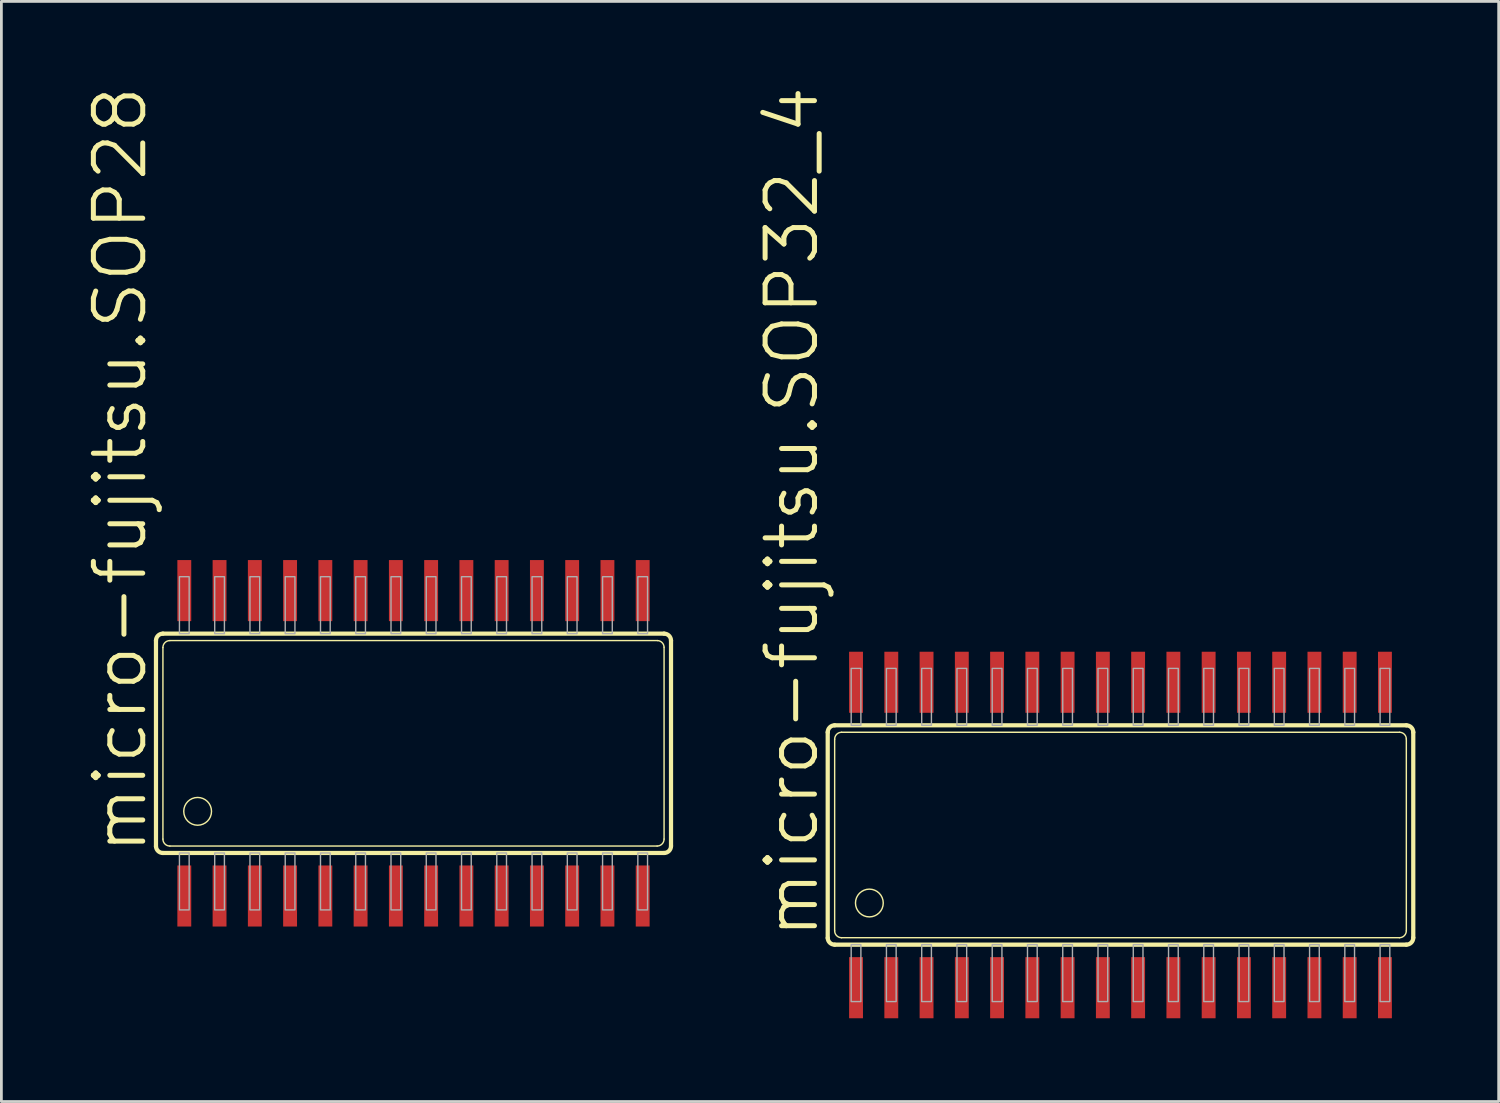
<source format=kicad_pcb>
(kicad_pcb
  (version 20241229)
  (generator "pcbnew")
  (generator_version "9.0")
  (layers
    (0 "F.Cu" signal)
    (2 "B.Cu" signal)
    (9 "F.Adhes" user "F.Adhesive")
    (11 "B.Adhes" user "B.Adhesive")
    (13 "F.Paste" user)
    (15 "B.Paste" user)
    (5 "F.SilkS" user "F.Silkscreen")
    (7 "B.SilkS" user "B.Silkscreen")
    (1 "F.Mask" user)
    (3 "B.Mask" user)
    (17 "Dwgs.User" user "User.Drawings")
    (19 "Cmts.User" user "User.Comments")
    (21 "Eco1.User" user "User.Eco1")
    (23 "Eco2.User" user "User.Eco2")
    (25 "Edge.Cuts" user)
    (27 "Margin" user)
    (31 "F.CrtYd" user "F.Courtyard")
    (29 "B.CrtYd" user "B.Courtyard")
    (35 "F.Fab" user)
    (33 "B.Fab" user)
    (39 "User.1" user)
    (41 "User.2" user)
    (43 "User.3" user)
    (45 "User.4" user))
  (footprint "micro-fujitsu.SOP32_4"
    (layer "F.Cu")
    (at 37.307 27.024)
    (property "Reference" "micro-fujitsu.SOP32_4" (at -10.795 3.81 90) (layer "F.SilkS") (effects (font (size 1.778 1.778) (thickness 0.18)) (justify left bottom)))
    (attr smd)
    (fp_line (start -10.545 3.71) (end -10.545 -3.7) (stroke (width 0.152) (type default)) (layer "F.SilkS"))
    (fp_line (start -10.296 -3.95) (end 10.295 -3.95) (stroke (width 0.152) (type default)) (layer "F.SilkS"))
    (fp_line (start -10.295 3.45) (end -10.295 -3.45) (stroke (width 0.051) (type default)) (layer "F.SilkS"))
    (fp_line (start -10.045 -3.7) (end 10.055 -3.7) (stroke (width 0.051) (type default)) (layer "F.SilkS"))
    (fp_line (start 10.045 3.7) (end -10.045 3.7) (stroke (width 0.051) (type default)) (layer "F.SilkS"))
    (fp_line (start 10.295 -3.46) (end 10.295 3.45) (stroke (width 0.051) (type default)) (layer "F.SilkS"))
    (fp_line (start 10.295 3.95) (end -10.295 3.95) (stroke (width 0.152) (type default)) (layer "F.SilkS"))
    (fp_line (start 10.545 -3.7) (end 10.545 3.7) (stroke (width 0.152) (type default)) (layer "F.SilkS"))
    (fp_arc (start -10.545 -3.7) (mid -10.471777 -3.876777) (end -10.295 -3.95) (stroke (width 0.1524) (type default)) (layer "F.SilkS"))
    (fp_arc (start -10.295 -3.45) (mid -10.221777 -3.626777) (end -10.045 -3.7) (stroke (width 0.0508) (type default)) (layer "F.SilkS"))
    (fp_arc (start -10.295 3.95) (mid -10.468333 3.880347) (end -10.545 3.71) (stroke (width 0.1524) (type default)) (layer "F.SilkS"))
    (fp_arc (start -10.045 3.7) (mid -10.221777 3.626777) (end -10.295 3.45) (stroke (width 0.0508) (type default)) (layer "F.SilkS"))
    (fp_arc (start 10.055 -3.7) (mid 10.223277 -3.628277) (end 10.295 -3.46) (stroke (width 0.0508) (type default)) (layer "F.SilkS"))
    (fp_arc (start 10.295 -3.95) (mid 10.471777 -3.876777) (end 10.545 -3.7) (stroke (width 0.1524) (type default)) (layer "F.SilkS"))
    (fp_arc (start 10.295 3.45) (mid 10.221777 3.626777) (end 10.045 3.7) (stroke (width 0.0508) (type default)) (layer "F.SilkS"))
    (fp_arc (start 10.545 3.7) (mid 10.471777 3.876777) (end 10.295 3.95) (stroke (width 0.1524) (type default)) (layer "F.SilkS"))
    (fp_circle (center -9.045 2.45) (end -8.545 2.45) (stroke (width 0.051) (type default)) (fill no) (layer "F.SilkS"))
    (fp_rect (start -9.7 -3.95) (end -9.35 -6) (stroke (width 0.05) (type default)) (fill no) (layer "F.Fab"))
    (fp_rect (start -9.7 6) (end -9.35 3.95) (stroke (width 0.05) (type default)) (fill no) (layer "F.Fab"))
    (fp_rect (start -8.43 -3.95) (end -8.08 -6) (stroke (width 0.05) (type default)) (fill no) (layer "F.Fab"))
    (fp_rect (start -8.43 6) (end -8.08 3.95) (stroke (width 0.05) (type default)) (fill no) (layer "F.Fab"))
    (fp_rect (start -7.16 -3.95) (end -6.81 -6) (stroke (width 0.05) (type default)) (fill no) (layer "F.Fab"))
    (fp_rect (start -7.16 6) (end -6.81 3.95) (stroke (width 0.05) (type default)) (fill no) (layer "F.Fab"))
    (fp_rect (start -5.89 -3.95) (end -5.54 -6) (stroke (width 0.05) (type default)) (fill no) (layer "F.Fab"))
    (fp_rect (start -5.89 6) (end -5.54 3.95) (stroke (width 0.05) (type default)) (fill no) (layer "F.Fab"))
    (fp_rect (start -4.62 -3.95) (end -4.27 -6) (stroke (width 0.05) (type default)) (fill no) (layer "F.Fab"))
    (fp_rect (start -4.62 6) (end -4.27 3.95) (stroke (width 0.05) (type default)) (fill no) (layer "F.Fab"))
    (fp_rect (start -3.35 -3.95) (end -3 -6) (stroke (width 0.05) (type default)) (fill no) (layer "F.Fab"))
    (fp_rect (start -3.35 6) (end -3 3.95) (stroke (width 0.05) (type default)) (fill no) (layer "F.Fab"))
    (fp_rect (start -2.08 -3.95) (end -1.73 -6) (stroke (width 0.05) (type default)) (fill no) (layer "F.Fab"))
    (fp_rect (start -2.08 6) (end -1.73 3.95) (stroke (width 0.05) (type default)) (fill no) (layer "F.Fab"))
    (fp_rect (start -0.81 -3.95) (end -0.46 -6) (stroke (width 0.05) (type default)) (fill no) (layer "F.Fab"))
    (fp_rect (start -0.81 6) (end -0.46 3.95) (stroke (width 0.05) (type default)) (fill no) (layer "F.Fab"))
    (fp_rect (start 0.46 -3.95) (end 0.81 -6) (stroke (width 0.05) (type default)) (fill no) (layer "F.Fab"))
    (fp_rect (start 0.46 6) (end 0.81 3.95) (stroke (width 0.05) (type default)) (fill no) (layer "F.Fab"))
    (fp_rect (start 1.73 -3.95) (end 2.08 -6) (stroke (width 0.05) (type default)) (fill no) (layer "F.Fab"))
    (fp_rect (start 1.73 6) (end 2.08 3.95) (stroke (width 0.05) (type default)) (fill no) (layer "F.Fab"))
    (fp_rect (start 3 -3.95) (end 3.35 -6) (stroke (width 0.05) (type default)) (fill no) (layer "F.Fab"))
    (fp_rect (start 3 6) (end 3.35 3.95) (stroke (width 0.05) (type default)) (fill no) (layer "F.Fab"))
    (fp_rect (start 4.27 -3.95) (end 4.62 -6) (stroke (width 0.05) (type default)) (fill no) (layer "F.Fab"))
    (fp_rect (start 4.27 6) (end 4.62 3.95) (stroke (width 0.05) (type default)) (fill no) (layer "F.Fab"))
    (fp_rect (start 5.54 -3.95) (end 5.89 -6) (stroke (width 0.05) (type default)) (fill no) (layer "F.Fab"))
    (fp_rect (start 5.54 6) (end 5.89 3.95) (stroke (width 0.05) (type default)) (fill no) (layer "F.Fab"))
    (fp_rect (start 6.81 -3.95) (end 7.16 -6) (stroke (width 0.05) (type default)) (fill no) (layer "F.Fab"))
    (fp_rect (start 6.81 6) (end 7.16 3.95) (stroke (width 0.05) (type default)) (fill no) (layer "F.Fab"))
    (fp_rect (start 8.08 -3.95) (end 8.43 -6) (stroke (width 0.05) (type default)) (fill no) (layer "F.Fab"))
    (fp_rect (start 8.08 6) (end 8.43 3.95) (stroke (width 0.05) (type default)) (fill no) (layer "F.Fab"))
    (fp_rect (start 9.35 -3.95) (end 9.7 -6) (stroke (width 0.05) (type default)) (fill no) (layer "F.Fab"))
    (fp_rect (start 9.35 6) (end 9.7 3.95) (stroke (width 0.05) (type default)) (fill no) (layer "F.Fab"))
    (pad "1" smd roundrect (at -9.525 5.5) (size 0.5 2.2) (layers "F.Cu" "F.Mask" "F.Paste") (roundrect_rratio 0.01))
    (pad "2" smd roundrect (at -8.255 5.5) (size 0.5 2.2) (layers "F.Cu" "F.Mask" "F.Paste") (roundrect_rratio 0.01))
    (pad "3" smd roundrect (at -6.985 5.5) (size 0.5 2.2) (layers "F.Cu" "F.Mask" "F.Paste") (roundrect_rratio 0.01))
    (pad "4" smd roundrect (at -5.715 5.5) (size 0.5 2.2) (layers "F.Cu" "F.Mask" "F.Paste") (roundrect_rratio 0.01))
    (pad "5" smd roundrect (at -4.445 5.5) (size 0.5 2.2) (layers "F.Cu" "F.Mask" "F.Paste") (roundrect_rratio 0.01))
    (pad "6" smd roundrect (at -3.175 5.5) (size 0.5 2.2) (layers "F.Cu" "F.Mask" "F.Paste") (roundrect_rratio 0.01))
    (pad "7" smd roundrect (at -1.905 5.5) (size 0.5 2.2) (layers "F.Cu" "F.Mask" "F.Paste") (roundrect_rratio 0.01))
    (pad "8" smd roundrect (at -0.635 5.5) (size 0.5 2.2) (layers "F.Cu" "F.Mask" "F.Paste") (roundrect_rratio 0.01))
    (pad "9" smd roundrect (at 0.635 5.5) (size 0.5 2.2) (layers "F.Cu" "F.Mask" "F.Paste") (roundrect_rratio 0.01))
    (pad "10" smd roundrect (at 1.905 5.5) (size 0.5 2.2) (layers "F.Cu" "F.Mask" "F.Paste") (roundrect_rratio 0.01))
    (pad "11" smd roundrect (at 3.175 5.5) (size 0.5 2.2) (layers "F.Cu" "F.Mask" "F.Paste") (roundrect_rratio 0.01))
    (pad "12" smd roundrect (at 4.445 5.5) (size 0.5 2.2) (layers "F.Cu" "F.Mask" "F.Paste") (roundrect_rratio 0.01))
    (pad "13" smd roundrect (at 5.715 5.5) (size 0.5 2.2) (layers "F.Cu" "F.Mask" "F.Paste") (roundrect_rratio 0.01))
    (pad "14" smd roundrect (at 6.985 5.5) (size 0.5 2.2) (layers "F.Cu" "F.Mask" "F.Paste") (roundrect_rratio 0.01))
    (pad "15" smd roundrect (at 8.255 5.5) (size 0.5 2.2) (layers "F.Cu" "F.Mask" "F.Paste") (roundrect_rratio 0.01))
    (pad "16" smd roundrect (at 9.525 5.5) (size 0.5 2.2) (layers "F.Cu" "F.Mask" "F.Paste") (roundrect_rratio 0.01))
    (pad "17" smd roundrect (at 9.525 -5.5) (size 0.5 2.2) (layers "F.Cu" "F.Mask" "F.Paste") (roundrect_rratio 0.01))
    (pad "18" smd roundrect (at 8.255 -5.5) (size 0.5 2.2) (layers "F.Cu" "F.Mask" "F.Paste") (roundrect_rratio 0.01))
    (pad "19" smd roundrect (at 6.985 -5.5) (size 0.5 2.2) (layers "F.Cu" "F.Mask" "F.Paste") (roundrect_rratio 0.01))
    (pad "20" smd roundrect (at 5.715 -5.5) (size 0.5 2.2) (layers "F.Cu" "F.Mask" "F.Paste") (roundrect_rratio 0.01))
    (pad "21" smd roundrect (at 4.445 -5.5) (size 0.5 2.2) (layers "F.Cu" "F.Mask" "F.Paste") (roundrect_rratio 0.01))
    (pad "22" smd roundrect (at 3.175 -5.5) (size 0.5 2.2) (layers "F.Cu" "F.Mask" "F.Paste") (roundrect_rratio 0.01))
    (pad "23" smd roundrect (at 1.905 -5.5) (size 0.5 2.2) (layers "F.Cu" "F.Mask" "F.Paste") (roundrect_rratio 0.01))
    (pad "24" smd roundrect (at 0.635 -5.5) (size 0.5 2.2) (layers "F.Cu" "F.Mask" "F.Paste") (roundrect_rratio 0.01))
    (pad "25" smd roundrect (at -0.635 -5.5) (size 0.5 2.2) (layers "F.Cu" "F.Mask" "F.Paste") (roundrect_rratio 0.01))
    (pad "26" smd roundrect (at -1.905 -5.5) (size 0.5 2.2) (layers "F.Cu" "F.Mask" "F.Paste") (roundrect_rratio 0.01))
    (pad "27" smd roundrect (at -3.175 -5.5) (size 0.5 2.2) (layers "F.Cu" "F.Mask" "F.Paste") (roundrect_rratio 0.01))
    (pad "28" smd roundrect (at -4.445 -5.5) (size 0.5 2.2) (layers "F.Cu" "F.Mask" "F.Paste") (roundrect_rratio 0.01))
    (pad "29" smd roundrect (at -5.715 -5.5) (size 0.5 2.2) (layers "F.Cu" "F.Mask" "F.Paste") (roundrect_rratio 0.01))
    (pad "30" smd roundrect (at -6.985 -5.5) (size 0.5 2.2) (layers "F.Cu" "F.Mask" "F.Paste") (roundrect_rratio 0.01))
    (pad "31" smd roundrect (at -8.255 -5.5) (size 0.5 2.2) (layers "F.Cu" "F.Mask" "F.Paste") (roundrect_rratio 0.01))
    (pad "32" smd roundrect (at -9.525 -5.5) (size 0.5 2.2) (layers "F.Cu" "F.Mask" "F.Paste") (roundrect_rratio 0.01)))
  (footprint "micro-fujitsu.SOP28"
    (layer "F.Cu")
    (at 11.843 23.722)
    (property "Reference" "micro-fujitsu.SOP28" (at -9.525 4.064 90) (layer "F.SilkS") (effects (font (size 1.778 1.778) (thickness 0.18)) (justify left bottom)))
    (attr smd)
    (fp_line (start -9.275 3.71) (end -9.275 -3.7) (stroke (width 0.152) (type default)) (layer "F.SilkS"))
    (fp_line (start -9.026 -3.95) (end 9.025 -3.95) (stroke (width 0.152) (type default)) (layer "F.SilkS"))
    (fp_line (start -9.025 3.45) (end -9.025 -3.45) (stroke (width 0.051) (type default)) (layer "F.SilkS"))
    (fp_line (start -8.775 -3.7) (end 8.785 -3.7) (stroke (width 0.051) (type default)) (layer "F.SilkS"))
    (fp_line (start 8.775 3.7) (end -8.775 3.7) (stroke (width 0.051) (type default)) (layer "F.SilkS"))
    (fp_line (start 9.025 -3.46) (end 9.025 3.45) (stroke (width 0.051) (type default)) (layer "F.SilkS"))
    (fp_line (start 9.025 3.95) (end -9.025 3.95) (stroke (width 0.152) (type default)) (layer "F.SilkS"))
    (fp_line (start 9.275 -3.7) (end 9.275 3.7) (stroke (width 0.152) (type default)) (layer "F.SilkS"))
    (fp_arc (start -9.275 -3.7) (mid -9.201777 -3.876777) (end -9.025 -3.95) (stroke (width 0.1524) (type default)) (layer "F.SilkS"))
    (fp_arc (start -9.025 -3.45) (mid -8.951777 -3.626777) (end -8.775 -3.7) (stroke (width 0.0508) (type default)) (layer "F.SilkS"))
    (fp_arc (start -9.025 3.95) (mid -9.198333 3.880347) (end -9.275 3.71) (stroke (width 0.1524) (type default)) (layer "F.SilkS"))
    (fp_arc (start -8.775 3.7) (mid -8.951777 3.626777) (end -9.025 3.45) (stroke (width 0.0508) (type default)) (layer "F.SilkS"))
    (fp_arc (start 8.785 -3.7) (mid 8.953277 -3.628277) (end 9.025 -3.46) (stroke (width 0.0508) (type default)) (layer "F.SilkS"))
    (fp_arc (start 9.025 -3.95) (mid 9.201777 -3.876777) (end 9.275 -3.7) (stroke (width 0.1524) (type default)) (layer "F.SilkS"))
    (fp_arc (start 9.025 3.45) (mid 8.951777 3.626777) (end 8.775 3.7) (stroke (width 0.0508) (type default)) (layer "F.SilkS"))
    (fp_arc (start 9.275 3.7) (mid 9.201777 3.876777) (end 9.025 3.95) (stroke (width 0.1524) (type default)) (layer "F.SilkS"))
    (fp_circle (center -7.775 2.45) (end -7.275 2.45) (stroke (width 0.051) (type default)) (fill no) (layer "F.SilkS"))
    (fp_rect (start -8.43 -3.95) (end -8.08 -6) (stroke (width 0.05) (type default)) (fill no) (layer "F.Fab"))
    (fp_rect (start -8.43 6) (end -8.08 3.95) (stroke (width 0.05) (type default)) (fill no) (layer "F.Fab"))
    (fp_rect (start -7.16 -3.95) (end -6.81 -6) (stroke (width 0.05) (type default)) (fill no) (layer "F.Fab"))
    (fp_rect (start -7.16 6) (end -6.81 3.95) (stroke (width 0.05) (type default)) (fill no) (layer "F.Fab"))
    (fp_rect (start -5.89 -3.95) (end -5.54 -6) (stroke (width 0.05) (type default)) (fill no) (layer "F.Fab"))
    (fp_rect (start -5.89 6) (end -5.54 3.95) (stroke (width 0.05) (type default)) (fill no) (layer "F.Fab"))
    (fp_rect (start -4.62 -3.95) (end -4.27 -6) (stroke (width 0.05) (type default)) (fill no) (layer "F.Fab"))
    (fp_rect (start -4.62 6) (end -4.27 3.95) (stroke (width 0.05) (type default)) (fill no) (layer "F.Fab"))
    (fp_rect (start -3.35 -3.95) (end -3 -6) (stroke (width 0.05) (type default)) (fill no) (layer "F.Fab"))
    (fp_rect (start -3.35 6) (end -3 3.95) (stroke (width 0.05) (type default)) (fill no) (layer "F.Fab"))
    (fp_rect (start -2.08 -3.95) (end -1.73 -6) (stroke (width 0.05) (type default)) (fill no) (layer "F.Fab"))
    (fp_rect (start -2.08 6) (end -1.73 3.95) (stroke (width 0.05) (type default)) (fill no) (layer "F.Fab"))
    (fp_rect (start -0.81 -3.95) (end -0.46 -6) (stroke (width 0.05) (type default)) (fill no) (layer "F.Fab"))
    (fp_rect (start -0.81 6) (end -0.46 3.95) (stroke (width 0.05) (type default)) (fill no) (layer "F.Fab"))
    (fp_rect (start 0.46 -3.95) (end 0.81 -6) (stroke (width 0.05) (type default)) (fill no) (layer "F.Fab"))
    (fp_rect (start 0.46 6) (end 0.81 3.95) (stroke (width 0.05) (type default)) (fill no) (layer "F.Fab"))
    (fp_rect (start 1.73 -3.95) (end 2.08 -6) (stroke (width 0.05) (type default)) (fill no) (layer "F.Fab"))
    (fp_rect (start 1.73 6) (end 2.08 3.95) (stroke (width 0.05) (type default)) (fill no) (layer "F.Fab"))
    (fp_rect (start 3 -3.95) (end 3.35 -6) (stroke (width 0.05) (type default)) (fill no) (layer "F.Fab"))
    (fp_rect (start 3 6) (end 3.35 3.95) (stroke (width 0.05) (type default)) (fill no) (layer "F.Fab"))
    (fp_rect (start 4.27 -3.95) (end 4.62 -6) (stroke (width 0.05) (type default)) (fill no) (layer "F.Fab"))
    (fp_rect (start 4.27 6) (end 4.62 3.95) (stroke (width 0.05) (type default)) (fill no) (layer "F.Fab"))
    (fp_rect (start 5.54 -3.95) (end 5.89 -6) (stroke (width 0.05) (type default)) (fill no) (layer "F.Fab"))
    (fp_rect (start 5.54 6) (end 5.89 3.95) (stroke (width 0.05) (type default)) (fill no) (layer "F.Fab"))
    (fp_rect (start 6.81 -3.95) (end 7.16 -6) (stroke (width 0.05) (type default)) (fill no) (layer "F.Fab"))
    (fp_rect (start 6.81 6) (end 7.16 3.95) (stroke (width 0.05) (type default)) (fill no) (layer "F.Fab"))
    (fp_rect (start 8.08 -3.95) (end 8.43 -6) (stroke (width 0.05) (type default)) (fill no) (layer "F.Fab"))
    (fp_rect (start 8.08 6) (end 8.43 3.95) (stroke (width 0.05) (type default)) (fill no) (layer "F.Fab"))
    (pad "1" smd roundrect (at -8.255 5.5) (size 0.5 2.2) (layers "F.Cu" "F.Mask" "F.Paste") (roundrect_rratio 0.01))
    (pad "2" smd roundrect (at -6.985 5.5) (size 0.5 2.2) (layers "F.Cu" "F.Mask" "F.Paste") (roundrect_rratio 0.01))
    (pad "3" smd roundrect (at -5.715 5.5) (size 0.5 2.2) (layers "F.Cu" "F.Mask" "F.Paste") (roundrect_rratio 0.01))
    (pad "4" smd roundrect (at -4.445 5.5) (size 0.5 2.2) (layers "F.Cu" "F.Mask" "F.Paste") (roundrect_rratio 0.01))
    (pad "5" smd roundrect (at -3.175 5.5) (size 0.5 2.2) (layers "F.Cu" "F.Mask" "F.Paste") (roundrect_rratio 0.01))
    (pad "6" smd roundrect (at -1.905 5.5) (size 0.5 2.2) (layers "F.Cu" "F.Mask" "F.Paste") (roundrect_rratio 0.01))
    (pad "7" smd roundrect (at -0.635 5.5) (size 0.5 2.2) (layers "F.Cu" "F.Mask" "F.Paste") (roundrect_rratio 0.01))
    (pad "8" smd roundrect (at 0.635 5.5) (size 0.5 2.2) (layers "F.Cu" "F.Mask" "F.Paste") (roundrect_rratio 0.01))
    (pad "9" smd roundrect (at 1.905 5.5) (size 0.5 2.2) (layers "F.Cu" "F.Mask" "F.Paste") (roundrect_rratio 0.01))
    (pad "10" smd roundrect (at 3.175 5.5) (size 0.5 2.2) (layers "F.Cu" "F.Mask" "F.Paste") (roundrect_rratio 0.01))
    (pad "11" smd roundrect (at 4.445 5.5) (size 0.5 2.2) (layers "F.Cu" "F.Mask" "F.Paste") (roundrect_rratio 0.01))
    (pad "12" smd roundrect (at 5.715 5.5) (size 0.5 2.2) (layers "F.Cu" "F.Mask" "F.Paste") (roundrect_rratio 0.01))
    (pad "13" smd roundrect (at 6.985 5.5) (size 0.5 2.2) (layers "F.Cu" "F.Mask" "F.Paste") (roundrect_rratio 0.01))
    (pad "14" smd roundrect (at 8.255 5.5) (size 0.5 2.2) (layers "F.Cu" "F.Mask" "F.Paste") (roundrect_rratio 0.01))
    (pad "15" smd roundrect (at 8.255 -5.5) (size 0.5 2.2) (layers "F.Cu" "F.Mask" "F.Paste") (roundrect_rratio 0.01))
    (pad "16" smd roundrect (at 6.985 -5.5) (size 0.5 2.2) (layers "F.Cu" "F.Mask" "F.Paste") (roundrect_rratio 0.01))
    (pad "17" smd roundrect (at 5.715 -5.5) (size 0.5 2.2) (layers "F.Cu" "F.Mask" "F.Paste") (roundrect_rratio 0.01))
    (pad "18" smd roundrect (at 4.445 -5.5) (size 0.5 2.2) (layers "F.Cu" "F.Mask" "F.Paste") (roundrect_rratio 0.01))
    (pad "19" smd roundrect (at 3.175 -5.5) (size 0.5 2.2) (layers "F.Cu" "F.Mask" "F.Paste") (roundrect_rratio 0.01))
    (pad "20" smd roundrect (at 1.905 -5.5) (size 0.5 2.2) (layers "F.Cu" "F.Mask" "F.Paste") (roundrect_rratio 0.01))
    (pad "21" smd roundrect (at 0.635 -5.5) (size 0.5 2.2) (layers "F.Cu" "F.Mask" "F.Paste") (roundrect_rratio 0.01))
    (pad "22" smd roundrect (at -0.635 -5.5) (size 0.5 2.2) (layers "F.Cu" "F.Mask" "F.Paste") (roundrect_rratio 0.01))
    (pad "23" smd roundrect (at -1.905 -5.5) (size 0.5 2.2) (layers "F.Cu" "F.Mask" "F.Paste") (roundrect_rratio 0.01))
    (pad "24" smd roundrect (at -3.175 -5.5) (size 0.5 2.2) (layers "F.Cu" "F.Mask" "F.Paste") (roundrect_rratio 0.01))
    (pad "25" smd roundrect (at -4.445 -5.5) (size 0.5 2.2) (layers "F.Cu" "F.Mask" "F.Paste") (roundrect_rratio 0.01))
    (pad "26" smd roundrect (at -5.715 -5.5) (size 0.5 2.2) (layers "F.Cu" "F.Mask" "F.Paste") (roundrect_rratio 0.01))
    (pad "27" smd roundrect (at -6.985 -5.5) (size 0.5 2.2) (layers "F.Cu" "F.Mask" "F.Paste") (roundrect_rratio 0.01))
    (pad "28" smd roundrect (at -8.255 -5.5) (size 0.5 2.2) (layers "F.Cu" "F.Mask" "F.Paste") (roundrect_rratio 0.01)))
  (gr_rect
    (start -3 -3)
    (end 50.928 36.624)
    (stroke (width 0.1) (type default))
    (fill no)
    (layer "Edge.Cuts")))
</source>
